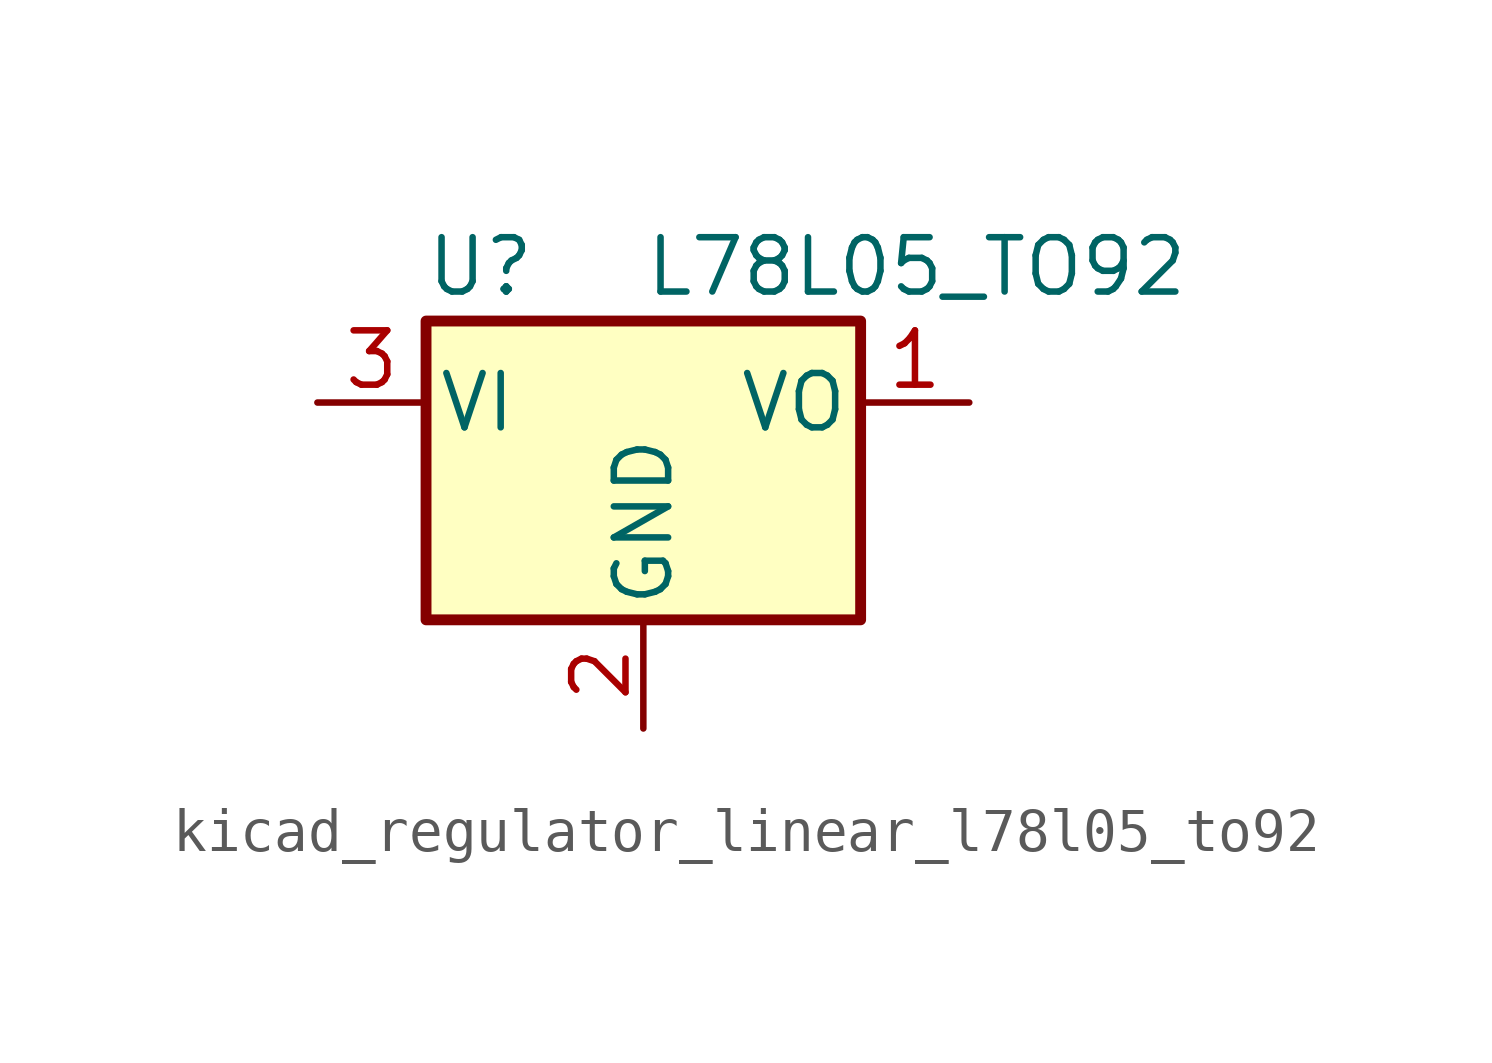
<source format=kicad_sym>
(kicad_symbol_lib
  (version 20220914)
  (generator kicad_symbol_editor)
  (symbol "kicad_regulator_linear_l78l05_to92"
    (pin_names
      (offset 0.254))
    (property "Reference" "U"
      (at -3.81 3.175 0)
      (effects (font (size 1.27 1.27))))
    (property "Value" "L78L05_TO92"
      (at 0 3.175 0)
      (effects (font (size 1.27 1.27)) (justify left)))
    (symbol "kicad_regulator_linear_l78l05_to92_0_1"
      (rectangle (start -5.08 -5.08) (end 5.08 1.905) (stroke (width 0.254) (type default)) (fill (type background))))
    (symbol "kicad_regulator_linear_l78l05_to92_1_1"
      (pin power_out line (at 7.62 0 180) (length 2.54) (name "VO" (effects (font (size 1.27 1.27)))) (number "1" (effects (font (size 1.27 1.27)))))
      (pin power_in line (at 0 -7.62 90) (length 2.54) (name "GND" (effects (font (size 1.27 1.27)))) (number "2" (effects (font (size 1.27 1.27)))))
      (pin power_in line (at -7.62 0 0) (length 2.54) (name "VI" (effects (font (size 1.27 1.27)))) (number "3" (effects (font (size 1.27 1.27))))))))
</source>
